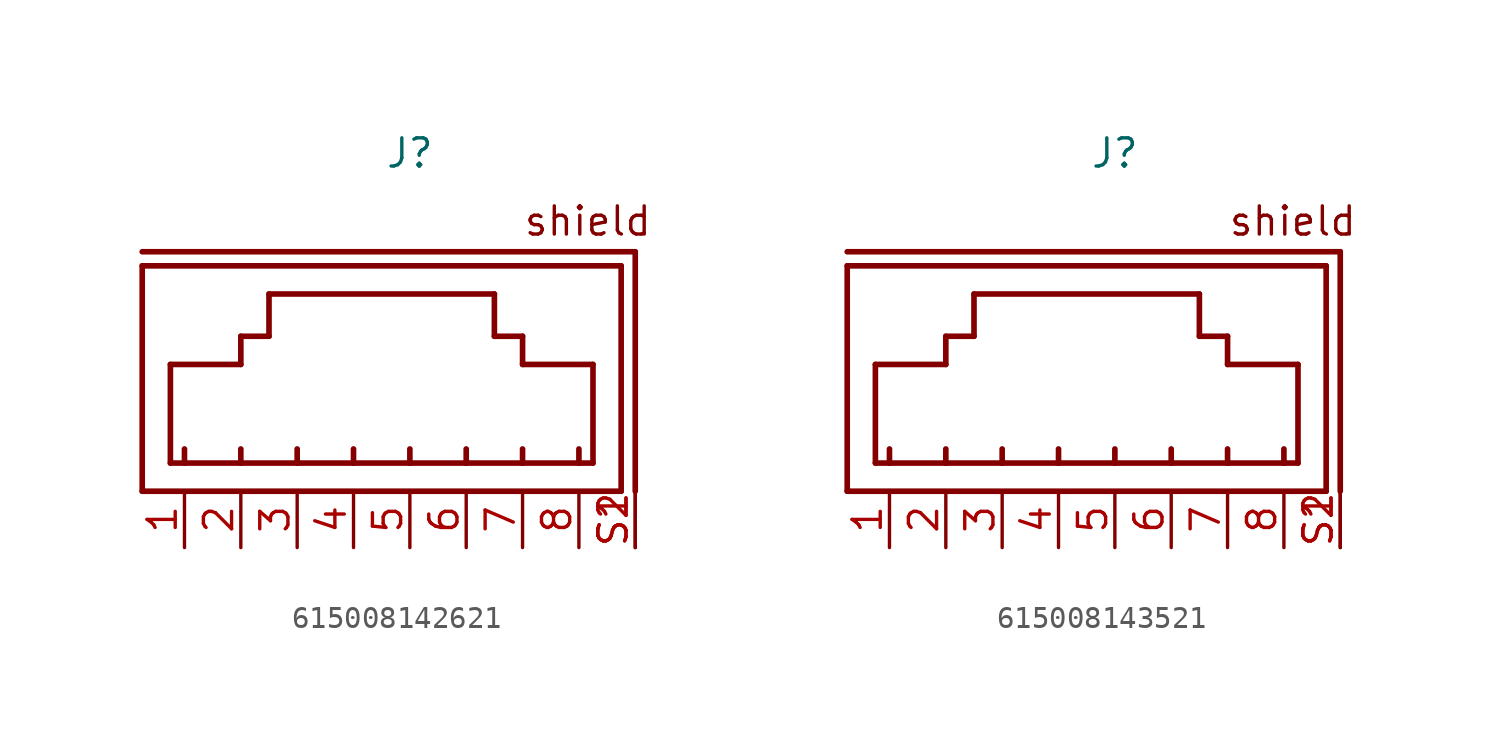
<source format=kicad_sym>
(kicad_symbol_lib
  (version 20241209)
  (generator "kicad_symbol_editor")
  (generator_version "9.0")
  (symbol "615008142621"
    (pin_names
      (hide yes))
    (property "Reference" "J"
      (at 0 10.16 0)
      (effects (font (size 1.27 1.27))))
    (symbol "615008142621_1_0"
      (polyline (pts (xy -12.065 5.715) (xy 10.16 5.715)) (stroke (width 0.254) (type solid)) (fill (type none)))
      (polyline (pts (xy -12.065 5.08) (xy 9.525 5.08)) (stroke (width 0.254) (type solid)) (fill (type none)))
      (polyline (pts (xy -12.065 -5.08) (xy -12.065 5.08)) (stroke (width 0.254) (type solid)) (fill (type none)))
      (polyline (pts (xy -10.795 0.635) (xy -7.62 0.635)) (stroke (width 0.254) (type solid)) (fill (type none)))
      (polyline (pts (xy -10.795 -3.81) (xy -10.795 0.635)) (stroke (width 0.254) (type solid)) (fill (type none)))
      (polyline (pts (xy -10.16 -3.81) (xy -10.795 -3.81)) (stroke (width 0.254) (type solid)) (fill (type none)))
      (polyline (pts (xy -10.16 -3.81) (xy -10.16 -3.175)) (stroke (width 0.254) (type solid)) (fill (type none)))
      (polyline (pts (xy -7.62 1.905) (xy -6.35 1.905)) (stroke (width 0.254) (type solid)) (fill (type none)))
      (polyline (pts (xy -7.62 0.635) (xy -7.62 1.905)) (stroke (width 0.254) (type solid)) (fill (type none)))
      (polyline (pts (xy -7.62 -3.81) (xy -10.16 -3.81)) (stroke (width 0.254) (type solid)) (fill (type none)))
      (polyline (pts (xy -7.62 -3.81) (xy -7.62 -3.175)) (stroke (width 0.254) (type solid)) (fill (type none)))
      (polyline (pts (xy -6.35 3.81) (xy 3.81 3.81)) (stroke (width 0.254) (type solid)) (fill (type none)))
      (polyline (pts (xy -6.35 1.905) (xy -6.35 3.81)) (stroke (width 0.254) (type solid)) (fill (type none)))
      (polyline (pts (xy -5.08 -3.81) (xy -7.62 -3.81)) (stroke (width 0.254) (type solid)) (fill (type none)))
      (polyline (pts (xy -5.08 -3.81) (xy -5.08 -3.175)) (stroke (width 0.254) (type solid)) (fill (type none)))
      (polyline (pts (xy -2.54 -3.81) (xy -5.08 -3.81)) (stroke (width 0.254) (type solid)) (fill (type none)))
      (polyline (pts (xy -2.54 -3.81) (xy -2.54 -3.175)) (stroke (width 0.254) (type solid)) (fill (type none)))
      (polyline (pts (xy 0 -3.81) (xy -2.54 -3.81)) (stroke (width 0.254) (type solid)) (fill (type none)))
      (polyline (pts (xy 0 -3.81) (xy 0 -3.175)) (stroke (width 0.254) (type solid)) (fill (type none)))
      (polyline (pts (xy 2.54 -3.81) (xy 0 -3.81)) (stroke (width 0.254) (type solid)) (fill (type none)))
      (polyline (pts (xy 2.54 -3.81) (xy 2.54 -3.175)) (stroke (width 0.254) (type solid)) (fill (type none)))
      (polyline (pts (xy 3.81 1.905) (xy 3.81 3.81)) (stroke (width 0.254) (type solid)) (fill (type none)))
      (polyline (pts (xy 5.08 1.905) (xy 3.81 1.905)) (stroke (width 0.254) (type solid)) (fill (type none)))
      (polyline (pts (xy 5.08 0.635) (xy 5.08 1.905)) (stroke (width 0.254) (type solid)) (fill (type none)))
      (polyline (pts (xy 5.08 -3.81) (xy 2.54 -3.81)) (stroke (width 0.254) (type solid)) (fill (type none)))
      (polyline (pts (xy 5.08 -3.81) (xy 5.08 -3.175)) (stroke (width 0.254) (type solid)) (fill (type none)))
      (polyline (pts (xy 7.62 -3.81) (xy 5.08 -3.81)) (stroke (width 0.254) (type solid)) (fill (type none)))
      (polyline (pts (xy 7.62 -3.81) (xy 7.62 -3.175)) (stroke (width 0.254) (type solid)) (fill (type none)))
      (polyline (pts (xy 8.255 0.635) (xy 5.08 0.635)) (stroke (width 0.254) (type solid)) (fill (type none)))
      (polyline (pts (xy 8.255 0.635) (xy 8.255 -3.81)) (stroke (width 0.254) (type solid)) (fill (type none)))
      (polyline (pts (xy 8.255 -3.81) (xy 7.62 -3.81)) (stroke (width 0.254) (type solid)) (fill (type none)))
      (polyline (pts (xy 9.525 5.08) (xy 9.525 -5.08)) (stroke (width 0.254) (type solid)) (fill (type none)))
      (polyline (pts (xy 9.525 -5.08) (xy -12.065 -5.08)) (stroke (width 0.254) (type solid)) (fill (type none)))
      (polyline (pts (xy 10.16 5.715) (xy 10.16 -5.08)) (stroke (width 0.254) (type solid)) (fill (type none)))
      (pin passive line (at -10.16 -7.62 90) (length 2.54) (name "1" (effects (font (size 1.27 1.27)))) (number "1" (effects (font (size 1.27 1.27)))))
      (pin passive line (at -7.62 -7.62 90) (length 2.54) (name "2" (effects (font (size 1.27 1.27)))) (number "2" (effects (font (size 1.27 1.27)))))
      (pin passive line (at -5.08 -7.62 90) (length 2.54) (name "3" (effects (font (size 1.27 1.27)))) (number "3" (effects (font (size 1.27 1.27)))))
      (pin passive line (at -2.54 -7.62 90) (length 2.54) (name "4" (effects (font (size 1.27 1.27)))) (number "4" (effects (font (size 1.27 1.27)))))
      (pin passive line (at 0 -7.62 90) (length 2.54) (name "5" (effects (font (size 1.27 1.27)))) (number "5" (effects (font (size 1.27 1.27)))))
      (pin passive line (at 2.54 -7.62 90) (length 2.54) (name "6" (effects (font (size 1.27 1.27)))) (number "6" (effects (font (size 1.27 1.27)))))
      (pin passive line (at 5.08 -7.62 90) (length 2.54) (name "7" (effects (font (size 1.27 1.27)))) (number "7" (effects (font (size 1.27 1.27)))))
      (pin passive line (at 7.62 -7.62 90) (length 2.54) (name "8" (effects (font (size 1.27 1.27)))) (number "8" (effects (font (size 1.27 1.27)))))
      (pin passive line (at 10.16 -7.62 90) (length 2.54) (name "SHIELD" (effects (font (size 1.27 1.27)))) (number "S1" (effects (font (size 1.27 1.27)))))
      (pin passive line (at 10.16 -7.62 90) (length 2.54) (name "SHIELD" (effects (font (size 1.27 1.27)))) (number "S2" (effects (font (size 1.27 1.27))))))
    (symbol "615008142621_1_1"
      (text "shield" (at 5.08 6.35 0) (effects (font (size 1.27 1.27)) (justify left bottom)))))
  (symbol "615008143521"
    (pin_names
      (hide yes))
    (property "Reference" "J"
      (at 0 10.16 0)
      (effects (font (size 1.27 1.27))))
    (symbol "615008143521_1_0"
      (polyline (pts (xy -12.065 5.715) (xy 10.16 5.715)) (stroke (width 0.254) (type solid)) (fill (type none)))
      (polyline (pts (xy -12.065 5.08) (xy 9.525 5.08)) (stroke (width 0.254) (type solid)) (fill (type none)))
      (polyline (pts (xy -12.065 -5.08) (xy -12.065 5.08)) (stroke (width 0.254) (type solid)) (fill (type none)))
      (polyline (pts (xy -10.795 0.635) (xy -7.62 0.635)) (stroke (width 0.254) (type solid)) (fill (type none)))
      (polyline (pts (xy -10.795 -3.81) (xy -10.795 0.635)) (stroke (width 0.254) (type solid)) (fill (type none)))
      (polyline (pts (xy -10.16 -3.81) (xy -10.795 -3.81)) (stroke (width 0.254) (type solid)) (fill (type none)))
      (polyline (pts (xy -10.16 -3.81) (xy -10.16 -3.175)) (stroke (width 0.254) (type solid)) (fill (type none)))
      (polyline (pts (xy -7.62 1.905) (xy -6.35 1.905)) (stroke (width 0.254) (type solid)) (fill (type none)))
      (polyline (pts (xy -7.62 0.635) (xy -7.62 1.905)) (stroke (width 0.254) (type solid)) (fill (type none)))
      (polyline (pts (xy -7.62 -3.81) (xy -10.16 -3.81)) (stroke (width 0.254) (type solid)) (fill (type none)))
      (polyline (pts (xy -7.62 -3.81) (xy -7.62 -3.175)) (stroke (width 0.254) (type solid)) (fill (type none)))
      (polyline (pts (xy -6.35 3.81) (xy 3.81 3.81)) (stroke (width 0.254) (type solid)) (fill (type none)))
      (polyline (pts (xy -6.35 1.905) (xy -6.35 3.81)) (stroke (width 0.254) (type solid)) (fill (type none)))
      (polyline (pts (xy -5.08 -3.81) (xy -7.62 -3.81)) (stroke (width 0.254) (type solid)) (fill (type none)))
      (polyline (pts (xy -5.08 -3.81) (xy -5.08 -3.175)) (stroke (width 0.254) (type solid)) (fill (type none)))
      (polyline (pts (xy -2.54 -3.81) (xy -5.08 -3.81)) (stroke (width 0.254) (type solid)) (fill (type none)))
      (polyline (pts (xy -2.54 -3.81) (xy -2.54 -3.175)) (stroke (width 0.254) (type solid)) (fill (type none)))
      (polyline (pts (xy 0 -3.81) (xy -2.54 -3.81)) (stroke (width 0.254) (type solid)) (fill (type none)))
      (polyline (pts (xy 0 -3.81) (xy 0 -3.175)) (stroke (width 0.254) (type solid)) (fill (type none)))
      (polyline (pts (xy 2.54 -3.81) (xy 0 -3.81)) (stroke (width 0.254) (type solid)) (fill (type none)))
      (polyline (pts (xy 2.54 -3.81) (xy 2.54 -3.175)) (stroke (width 0.254) (type solid)) (fill (type none)))
      (polyline (pts (xy 3.81 1.905) (xy 3.81 3.81)) (stroke (width 0.254) (type solid)) (fill (type none)))
      (polyline (pts (xy 5.08 1.905) (xy 3.81 1.905)) (stroke (width 0.254) (type solid)) (fill (type none)))
      (polyline (pts (xy 5.08 0.635) (xy 5.08 1.905)) (stroke (width 0.254) (type solid)) (fill (type none)))
      (polyline (pts (xy 5.08 -3.81) (xy 2.54 -3.81)) (stroke (width 0.254) (type solid)) (fill (type none)))
      (polyline (pts (xy 5.08 -3.81) (xy 5.08 -3.175)) (stroke (width 0.254) (type solid)) (fill (type none)))
      (polyline (pts (xy 7.62 -3.81) (xy 5.08 -3.81)) (stroke (width 0.254) (type solid)) (fill (type none)))
      (polyline (pts (xy 7.62 -3.81) (xy 7.62 -3.175)) (stroke (width 0.254) (type solid)) (fill (type none)))
      (polyline (pts (xy 8.255 0.635) (xy 5.08 0.635)) (stroke (width 0.254) (type solid)) (fill (type none)))
      (polyline (pts (xy 8.255 0.635) (xy 8.255 -3.81)) (stroke (width 0.254) (type solid)) (fill (type none)))
      (polyline (pts (xy 8.255 -3.81) (xy 7.62 -3.81)) (stroke (width 0.254) (type solid)) (fill (type none)))
      (polyline (pts (xy 9.525 5.08) (xy 9.525 -5.08)) (stroke (width 0.254) (type solid)) (fill (type none)))
      (polyline (pts (xy 9.525 -5.08) (xy -12.065 -5.08)) (stroke (width 0.254) (type solid)) (fill (type none)))
      (polyline (pts (xy 10.16 5.715) (xy 10.16 -5.08)) (stroke (width 0.254) (type solid)) (fill (type none)))
      (pin passive line (at -10.16 -7.62 90) (length 2.54) (name "1" (effects (font (size 1.27 1.27)))) (number "1" (effects (font (size 1.27 1.27)))))
      (pin passive line (at -7.62 -7.62 90) (length 2.54) (name "2" (effects (font (size 1.27 1.27)))) (number "2" (effects (font (size 1.27 1.27)))))
      (pin passive line (at -5.08 -7.62 90) (length 2.54) (name "3" (effects (font (size 1.27 1.27)))) (number "3" (effects (font (size 1.27 1.27)))))
      (pin passive line (at -2.54 -7.62 90) (length 2.54) (name "4" (effects (font (size 1.27 1.27)))) (number "4" (effects (font (size 1.27 1.27)))))
      (pin passive line (at 0 -7.62 90) (length 2.54) (name "5" (effects (font (size 1.27 1.27)))) (number "5" (effects (font (size 1.27 1.27)))))
      (pin passive line (at 2.54 -7.62 90) (length 2.54) (name "6" (effects (font (size 1.27 1.27)))) (number "6" (effects (font (size 1.27 1.27)))))
      (pin passive line (at 5.08 -7.62 90) (length 2.54) (name "7" (effects (font (size 1.27 1.27)))) (number "7" (effects (font (size 1.27 1.27)))))
      (pin passive line (at 7.62 -7.62 90) (length 2.54) (name "8" (effects (font (size 1.27 1.27)))) (number "8" (effects (font (size 1.27 1.27)))))
      (pin passive line (at 10.16 -7.62 90) (length 2.54) (name "SHIELD" (effects (font (size 1.27 1.27)))) (number "S1" (effects (font (size 1.27 1.27)))))
      (pin passive line (at 10.16 -7.62 90) (length 2.54) (name "SHIELD" (effects (font (size 1.27 1.27)))) (number "S2" (effects (font (size 1.27 1.27))))))
    (symbol "615008143521_1_1"
      (text "shield" (at 5.08 6.35 0) (effects (font (size 1.27 1.27)) (justify left bottom))))))
</source>
